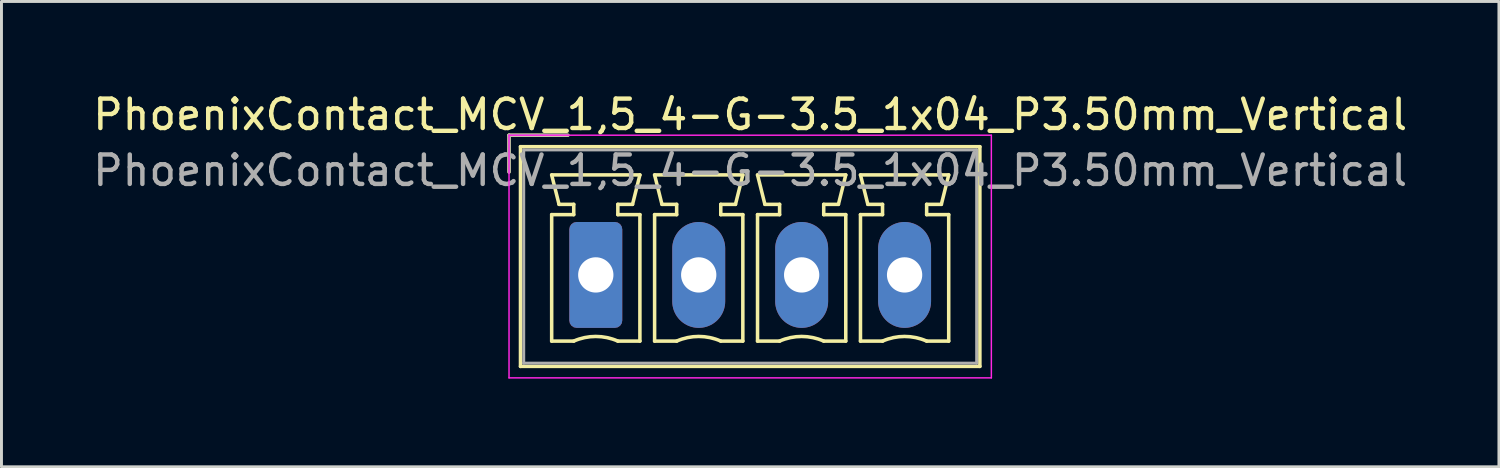
<source format=kicad_pcb>
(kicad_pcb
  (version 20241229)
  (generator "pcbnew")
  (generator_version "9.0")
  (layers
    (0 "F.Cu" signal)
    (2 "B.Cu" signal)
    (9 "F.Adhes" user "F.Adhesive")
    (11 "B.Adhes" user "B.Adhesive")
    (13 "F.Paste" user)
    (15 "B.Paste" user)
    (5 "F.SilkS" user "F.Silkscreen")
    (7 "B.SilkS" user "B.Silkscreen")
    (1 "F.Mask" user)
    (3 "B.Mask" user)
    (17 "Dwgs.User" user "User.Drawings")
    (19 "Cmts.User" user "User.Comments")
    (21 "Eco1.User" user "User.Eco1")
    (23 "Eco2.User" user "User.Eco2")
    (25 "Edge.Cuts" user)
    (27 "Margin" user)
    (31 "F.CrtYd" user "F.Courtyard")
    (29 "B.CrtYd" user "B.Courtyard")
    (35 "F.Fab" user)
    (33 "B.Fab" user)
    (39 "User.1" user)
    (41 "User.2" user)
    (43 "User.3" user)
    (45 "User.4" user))
  (footprint "PhoenixContact_MCV_1,5_4-G-3.5_1x04_P3.50mm_Vertical"
    (layer "F.Cu")
    (at 17.208 6.298)
    (property "Reference" "PhoenixContact_MCV_1,5_4-G-3.5_1x04_P3.50mm_Vertical" (at 5.25 -5.45 0) (layer "F.SilkS") (effects (font (size 1 1) (thickness 0.15))))
    (attr through_hole)
    (fp_line (start -2.95 -4.75) (end -0.95 -4.75) (stroke (width 0.12) (type solid)) (layer "F.SilkS"))
    (fp_line (start -2.95 -3.5) (end -2.95 -4.75) (stroke (width 0.12) (type solid)) (layer "F.SilkS"))
    (fp_line (start -2.56 -4.36) (end -2.56 3.11) (stroke (width 0.12) (type solid)) (layer "F.SilkS"))
    (fp_line (start -2.56 3.11) (end 13.06 3.11) (stroke (width 0.12) (type solid)) (layer "F.SilkS"))
    (fp_line (start -1.5 -3.4) (end 1.5 -3.4) (stroke (width 0.12) (type solid)) (layer "F.SilkS"))
    (fp_line (start -1.5 -2.05) (end -0.75 -2.05) (stroke (width 0.12) (type solid)) (layer "F.SilkS"))
    (fp_line (start -1.5 2.25) (end -1.5 -2.05) (stroke (width 0.12) (type solid)) (layer "F.SilkS"))
    (fp_line (start -1.25 -2.4) (end -1.5 -3.4) (stroke (width 0.12) (type solid)) (layer "F.SilkS"))
    (fp_line (start -0.75 -2.4) (end -1.25 -2.4) (stroke (width 0.12) (type solid)) (layer "F.SilkS"))
    (fp_line (start -0.75 -2.05) (end -0.75 -2.4) (stroke (width 0.12) (type solid)) (layer "F.SilkS"))
    (fp_line (start -0.75 2.25) (end -1.5 2.25) (stroke (width 0.12) (type solid)) (layer "F.SilkS"))
    (fp_line (start 0.75 -2.4) (end 0.75 -2.05) (stroke (width 0.12) (type solid)) (layer "F.SilkS"))
    (fp_line (start 0.75 -2.05) (end 1.5 -2.05) (stroke (width 0.12) (type solid)) (layer "F.SilkS"))
    (fp_line (start 1.25 -2.4) (end 0.75 -2.4) (stroke (width 0.12) (type solid)) (layer "F.SilkS"))
    (fp_line (start 1.5 -3.4) (end 1.25 -2.4) (stroke (width 0.12) (type solid)) (layer "F.SilkS"))
    (fp_line (start 1.5 -2.05) (end 1.5 2.25) (stroke (width 0.12) (type solid)) (layer "F.SilkS"))
    (fp_line (start 1.5 2.25) (end 0.75 2.25) (stroke (width 0.12) (type solid)) (layer "F.SilkS"))
    (fp_line (start 2 -3.4) (end 5 -3.4) (stroke (width 0.12) (type solid)) (layer "F.SilkS"))
    (fp_line (start 2 -2.05) (end 2.75 -2.05) (stroke (width 0.12) (type solid)) (layer "F.SilkS"))
    (fp_line (start 2 2.25) (end 2 -2.05) (stroke (width 0.12) (type solid)) (layer "F.SilkS"))
    (fp_line (start 2.25 -2.4) (end 2 -3.4) (stroke (width 0.12) (type solid)) (layer "F.SilkS"))
    (fp_line (start 2.75 -2.4) (end 2.25 -2.4) (stroke (width 0.12) (type solid)) (layer "F.SilkS"))
    (fp_line (start 2.75 -2.05) (end 2.75 -2.4) (stroke (width 0.12) (type solid)) (layer "F.SilkS"))
    (fp_line (start 2.75 2.25) (end 2 2.25) (stroke (width 0.12) (type solid)) (layer "F.SilkS"))
    (fp_line (start 4.25 -2.4) (end 4.25 -2.05) (stroke (width 0.12) (type solid)) (layer "F.SilkS"))
    (fp_line (start 4.25 -2.05) (end 5 -2.05) (stroke (width 0.12) (type solid)) (layer "F.SilkS"))
    (fp_line (start 4.75 -2.4) (end 4.25 -2.4) (stroke (width 0.12) (type solid)) (layer "F.SilkS"))
    (fp_line (start 5 -3.4) (end 4.75 -2.4) (stroke (width 0.12) (type solid)) (layer "F.SilkS"))
    (fp_line (start 5 -2.05) (end 5 2.25) (stroke (width 0.12) (type solid)) (layer "F.SilkS"))
    (fp_line (start 5 2.25) (end 4.25 2.25) (stroke (width 0.12) (type solid)) (layer "F.SilkS"))
    (fp_line (start 5.5 -3.4) (end 8.5 -3.4) (stroke (width 0.12) (type solid)) (layer "F.SilkS"))
    (fp_line (start 5.5 -2.05) (end 6.25 -2.05) (stroke (width 0.12) (type solid)) (layer "F.SilkS"))
    (fp_line (start 5.5 2.25) (end 5.5 -2.05) (stroke (width 0.12) (type solid)) (layer "F.SilkS"))
    (fp_line (start 5.75 -2.4) (end 5.5 -3.4) (stroke (width 0.12) (type solid)) (layer "F.SilkS"))
    (fp_line (start 6.25 -2.4) (end 5.75 -2.4) (stroke (width 0.12) (type solid)) (layer "F.SilkS"))
    (fp_line (start 6.25 -2.05) (end 6.25 -2.4) (stroke (width 0.12) (type solid)) (layer "F.SilkS"))
    (fp_line (start 6.25 2.25) (end 5.5 2.25) (stroke (width 0.12) (type solid)) (layer "F.SilkS"))
    (fp_line (start 7.75 -2.4) (end 7.75 -2.05) (stroke (width 0.12) (type solid)) (layer "F.SilkS"))
    (fp_line (start 7.75 -2.05) (end 8.5 -2.05) (stroke (width 0.12) (type solid)) (layer "F.SilkS"))
    (fp_line (start 8.25 -2.4) (end 7.75 -2.4) (stroke (width 0.12) (type solid)) (layer "F.SilkS"))
    (fp_line (start 8.5 -3.4) (end 8.25 -2.4) (stroke (width 0.12) (type solid)) (layer "F.SilkS"))
    (fp_line (start 8.5 -2.05) (end 8.5 2.25) (stroke (width 0.12) (type solid)) (layer "F.SilkS"))
    (fp_line (start 8.5 2.25) (end 7.75 2.25) (stroke (width 0.12) (type solid)) (layer "F.SilkS"))
    (fp_line (start 9 -3.4) (end 12 -3.4) (stroke (width 0.12) (type solid)) (layer "F.SilkS"))
    (fp_line (start 9 -2.05) (end 9.75 -2.05) (stroke (width 0.12) (type solid)) (layer "F.SilkS"))
    (fp_line (start 9 2.25) (end 9 -2.05) (stroke (width 0.12) (type solid)) (layer "F.SilkS"))
    (fp_line (start 9.25 -2.4) (end 9 -3.4) (stroke (width 0.12) (type solid)) (layer "F.SilkS"))
    (fp_line (start 9.75 -2.4) (end 9.25 -2.4) (stroke (width 0.12) (type solid)) (layer "F.SilkS"))
    (fp_line (start 9.75 -2.05) (end 9.75 -2.4) (stroke (width 0.12) (type solid)) (layer "F.SilkS"))
    (fp_line (start 9.75 2.25) (end 9 2.25) (stroke (width 0.12) (type solid)) (layer "F.SilkS"))
    (fp_line (start 11.25 -2.4) (end 11.25 -2.05) (stroke (width 0.12) (type solid)) (layer "F.SilkS"))
    (fp_line (start 11.25 -2.05) (end 12 -2.05) (stroke (width 0.12) (type solid)) (layer "F.SilkS"))
    (fp_line (start 11.75 -2.4) (end 11.25 -2.4) (stroke (width 0.12) (type solid)) (layer "F.SilkS"))
    (fp_line (start 12 -3.4) (end 11.75 -2.4) (stroke (width 0.12) (type solid)) (layer "F.SilkS"))
    (fp_line (start 12 -2.05) (end 12 2.25) (stroke (width 0.12) (type solid)) (layer "F.SilkS"))
    (fp_line (start 12 2.25) (end 11.25 2.25) (stroke (width 0.12) (type solid)) (layer "F.SilkS"))
    (fp_line (start 13.06 -4.36) (end -2.56 -4.36) (stroke (width 0.12) (type solid)) (layer "F.SilkS"))
    (fp_line (start 13.06 3.11) (end 13.06 -4.36) (stroke (width 0.12) (type solid)) (layer "F.SilkS"))
    (fp_arc (start -0.75 2.25) (mid -0.000193 2.09191) (end 0.749647 2.249844) (stroke (width 0.12) (type solid)) (layer "F.SilkS"))
    (fp_arc (start 2.75 2.25) (mid 3.499807 2.09191) (end 4.249647 2.249844) (stroke (width 0.12) (type solid)) (layer "F.SilkS"))
    (fp_arc (start 6.25 2.25) (mid 6.999807 2.09191) (end 7.749647 2.249844) (stroke (width 0.12) (type solid)) (layer "F.SilkS"))
    (fp_arc (start 9.75 2.25) (mid 10.499807 2.09191) (end 11.249647 2.249844) (stroke (width 0.12) (type solid)) (layer "F.SilkS"))
    (fp_line (start -2.95 -4.75) (end -2.95 3.5) (stroke (width 0.05) (type solid)) (layer "F.CrtYd"))
    (fp_line (start -2.95 3.5) (end 13.45 3.5) (stroke (width 0.05) (type solid)) (layer "F.CrtYd"))
    (fp_line (start 13.45 -4.75) (end -2.95 -4.75) (stroke (width 0.05) (type solid)) (layer "F.CrtYd"))
    (fp_line (start 13.45 3.5) (end 13.45 -4.75) (stroke (width 0.05) (type solid)) (layer "F.CrtYd"))
    (fp_line (start -2.95 -4.75) (end -0.95 -4.75) (stroke (width 0.1) (type solid)) (layer "F.Fab"))
    (fp_line (start -2.95 -3.5) (end -2.95 -4.75) (stroke (width 0.1) (type solid)) (layer "F.Fab"))
    (fp_line (start -2.45 -4.25) (end -2.45 3) (stroke (width 0.1) (type solid)) (layer "F.Fab"))
    (fp_line (start -2.45 3) (end 12.95 3) (stroke (width 0.1) (type solid)) (layer "F.Fab"))
    (fp_line (start 12.95 -4.25) (end -2.45 -4.25) (stroke (width 0.1) (type solid)) (layer "F.Fab"))
    (fp_line (start 12.95 3) (end 12.95 -4.25) (stroke (width 0.1) (type solid)) (layer "F.Fab"))
    (fp_text user "${REFERENCE}" (at 5.25 -3.55 0) (layer "F.Fab") (effects (font (size 1 1) (thickness 0.15))))
    (pad "1" thru_hole roundrect (at 0 0) (size 1.8 3.6) (drill 1.2) (layers "*.Cu" "*.Mask") (roundrect_rratio 0.139))
    (pad "2" thru_hole oval (at 3.5 0) (size 1.8 3.6) (drill 1.2) (layers "*.Cu" "*.Mask"))
    (pad "3" thru_hole oval (at 7 0) (size 1.8 3.6) (drill 1.2) (layers "*.Cu" "*.Mask"))
    (pad "4" thru_hole oval (at 10.5 0) (size 1.8 3.6) (drill 1.2) (layers "*.Cu" "*.Mask")))
  (gr_rect
    (start -3 -3)
    (end 47.917 12.823)
    (stroke (width 0.1) (type default))
    (fill no)
    (layer "Edge.Cuts")))
</source>
